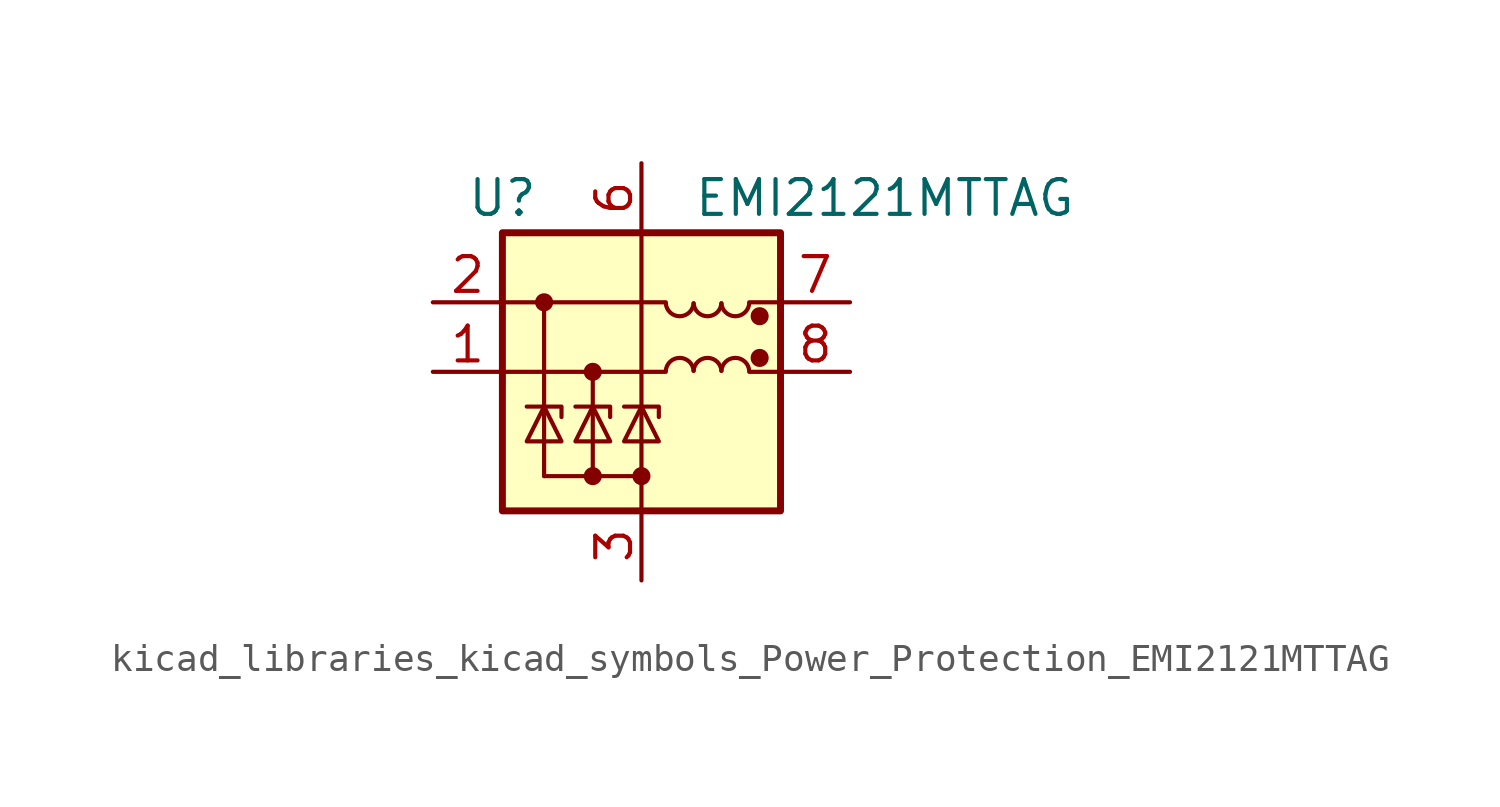
<source format=kicad_sym>
(kicad_symbol_lib
  (version 20220914)
  (generator kicad_symbol_editor)
  (symbol "kicad_libraries_kicad_symbols_Power_Protection_EMI2121MTTAG"
    (pin_names
      (offset 0.025) hide)
    (property "Reference" "U"
      (at -5.08 6.35 0)
      (effects (font (size 1.27 1.27))))
    (property "Value" "EMI2121MTTAG"
      (at 8.89 6.35 0)
      (effects (font (size 1.27 1.27))))
    (symbol "kicad_libraries_kicad_symbols_Power_Protection_EMI2121MTTAG_0_1"
      (rectangle (start -5.08 5.08) (end 5.08 -5.08) (stroke (width 0.254) (type default)) (fill (type background)))
      (polyline (pts (xy -5.08 0) (xy 0.889 0)) (stroke (width 0) (type default)) (fill (type none)))
      (polyline (pts (xy -5.08 2.54) (xy 0.889 2.54)) (stroke (width 0) (type default)) (fill (type none)))
      (polyline (pts (xy -3.556 2.54) (xy -3.556 -3.81)) (stroke (width 0) (type default)) (fill (type none)))
      (polyline (pts (xy -1.778 0) (xy -1.778 -3.81)) (stroke (width 0) (type default)) (fill (type none)))
      (polyline (pts (xy 0 5.08) (xy 0 -5.08)) (stroke (width 0) (type default)) (fill (type none)))
      (polyline (pts (xy 5.08 0) (xy 3.937 0)) (stroke (width 0) (type default)) (fill (type none)))
      (polyline (pts (xy 5.08 2.54) (xy 3.937 2.54)) (stroke (width 0) (type default)) (fill (type none)))
      (arc (start 0.889 2.5023) (mid 1.397 2.0306) (end 1.905 2.5023) (stroke (width 0) (type default)) (fill (type none)))
      (arc (start 1.905 0.0377) (mid 1.397 0.5094) (end 0.889 0.0377) (stroke (width 0) (type default)) (fill (type none)))
      (arc (start 1.905 2.5023) (mid 2.413 2.0306) (end 2.921 2.5023) (stroke (width 0) (type default)) (fill (type none)))
      (arc (start 2.921 0.0377) (mid 2.413 0.5094) (end 1.905 0.0377) (stroke (width 0) (type default)) (fill (type none)))
      (arc (start 2.921 2.5023) (mid 3.429 2.0306) (end 3.937 2.5023) (stroke (width 0) (type default)) (fill (type none)))
      (arc (start 3.937 0.0377) (mid 3.429 0.5094) (end 2.921 0.0377) (stroke (width 0) (type default)) (fill (type none))))
    (symbol "kicad_libraries_kicad_symbols_Power_Protection_EMI2121MTTAG_1_1"
      (circle (center -3.556 2.54) (radius 0.254) (stroke (width 0) (type default)) (fill (type outline)))
      (circle (center -1.778 -3.81) (radius 0.254) (stroke (width 0) (type default)) (fill (type outline)))
      (circle (center -1.778 0) (radius 0.254) (stroke (width 0) (type default)) (fill (type outline)))
      (circle (center 0 -3.81) (radius 0.254) (stroke (width 0) (type default)) (fill (type outline)))
      (polyline (pts (xy 0 -3.81) (xy -3.556 -3.81)) (stroke (width 0) (type default)) (fill (type none)))
      (polyline (pts (xy -2.921 -1.651) (xy -2.921 -1.27) (xy -4.191 -1.27)) (stroke (width 0) (type default)) (fill (type none)))
      (polyline (pts (xy -1.143 -1.651) (xy -1.143 -1.27) (xy -2.413 -1.27)) (stroke (width 0) (type default)) (fill (type none)))
      (polyline (pts (xy 0.635 -1.651) (xy 0.635 -1.27) (xy -0.635 -1.27)) (stroke (width 0) (type default)) (fill (type none)))
      (polyline (pts (xy -4.191 -2.54) (xy -2.921 -2.54) (xy -3.556 -1.27) (xy -4.191 -2.54)) (stroke (width 0) (type default)) (fill (type none)))
      (polyline (pts (xy -2.413 -2.54) (xy -1.143 -2.54) (xy -1.778 -1.27) (xy -2.413 -2.54)) (stroke (width 0) (type default)) (fill (type none)))
      (polyline (pts (xy -0.635 -2.54) (xy 0.635 -2.54) (xy 0 -1.27) (xy -0.635 -2.54)) (stroke (width 0) (type default)) (fill (type none)))
      (circle (center 4.318 0.508) (radius 0.254) (stroke (width 0) (type default)) (fill (type outline)))
      (circle (center 4.318 2.032) (radius 0.254) (stroke (width 0) (type default)) (fill (type outline)))
      (pin passive line (at -7.62 0 0) (length 2.54) (name "In_1+" (effects (font (size 1.27 1.27)))) (number "1" (effects (font (size 1.27 1.27)))))
      (pin passive line (at -7.62 2.54 0) (length 2.54) (name "In_1-" (effects (font (size 1.27 1.27)))) (number "2" (effects (font (size 1.27 1.27)))))
      (pin power_in line (at 0 -7.62 90) (length 2.54) (name "GND" (effects (font (size 1.27 1.27)))) (number "3" (effects (font (size 1.27 1.27)))))
      (pin passive line (at 0 -7.62 90) (length 2.54) hide (name "GND" (effects (font (size 1.27 1.27)))) (number "4" (effects (font (size 1.27 1.27)))))
      (pin passive line (at 0 -7.62 90) (length 2.54) hide (name "GND" (effects (font (size 1.27 1.27)))) (number "5" (effects (font (size 1.27 1.27)))))
      (pin power_in line (at 0 7.62 270) (length 2.54) (name "VDD" (effects (font (size 1.27 1.27)))) (number "6" (effects (font (size 1.27 1.27)))))
      (pin passive line (at 7.62 2.54 180) (length 2.54) (name "Out_1-" (effects (font (size 1.27 1.27)))) (number "7" (effects (font (size 1.27 1.27)))))
      (pin passive line (at 7.62 0 180) (length 2.54) (name "Out_1+" (effects (font (size 1.27 1.27)))) (number "8" (effects (font (size 1.27 1.27)))))
      (pin passive line (at 0 -7.62 90) (length 2.54) hide (name "GND" (effects (font (size 1.27 1.27)))) (number "9" (effects (font (size 1.27 1.27))))))))
</source>
